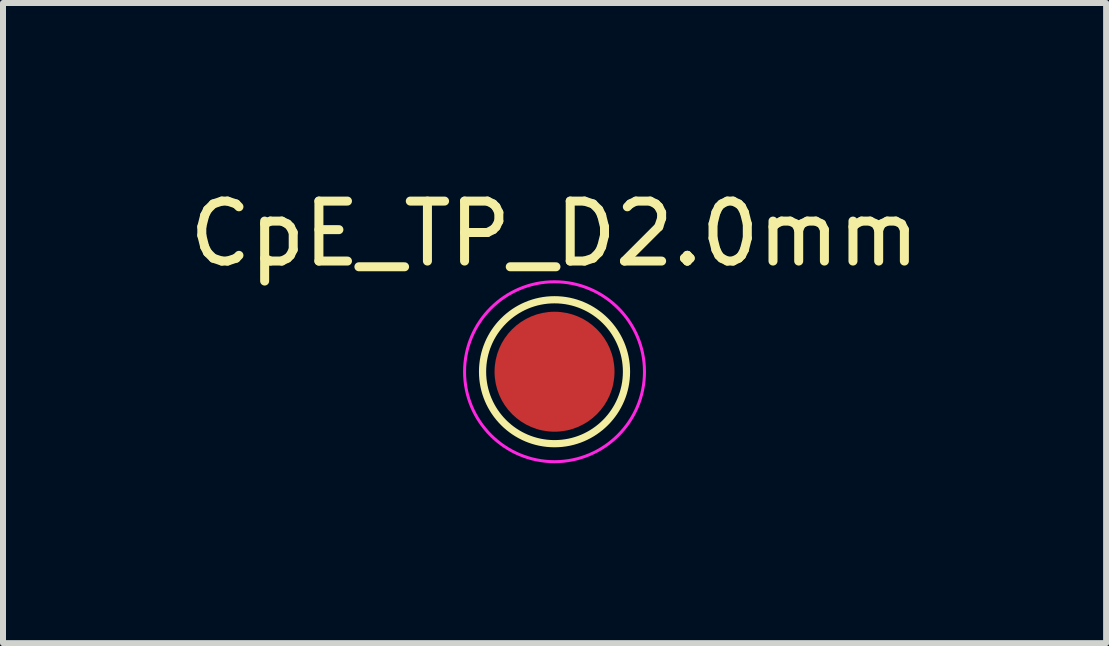
<source format=kicad_pcb>
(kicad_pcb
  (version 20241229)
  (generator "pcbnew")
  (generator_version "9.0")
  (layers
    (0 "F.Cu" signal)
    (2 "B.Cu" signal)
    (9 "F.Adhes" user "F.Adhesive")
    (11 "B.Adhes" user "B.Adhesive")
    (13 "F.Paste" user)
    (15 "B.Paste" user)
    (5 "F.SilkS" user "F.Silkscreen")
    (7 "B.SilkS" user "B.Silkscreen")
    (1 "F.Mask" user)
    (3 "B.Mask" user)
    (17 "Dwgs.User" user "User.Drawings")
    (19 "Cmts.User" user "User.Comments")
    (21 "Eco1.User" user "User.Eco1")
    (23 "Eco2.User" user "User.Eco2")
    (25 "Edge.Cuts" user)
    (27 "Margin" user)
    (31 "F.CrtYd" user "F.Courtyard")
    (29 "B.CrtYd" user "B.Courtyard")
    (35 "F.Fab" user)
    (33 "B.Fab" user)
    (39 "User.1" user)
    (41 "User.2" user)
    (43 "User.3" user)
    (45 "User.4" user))
  (footprint "CpE_TP_D2.0mm"
    (layer "F.Cu")
    (at 6.196 3.148)
    (property "Reference" "CpE_TP_D2.0mm" (at 0 -2.3 0) (layer "F.SilkS") (effects (font (size 1 1) (thickness 0.15))))
    (attr through_hole)
    (fp_circle (center 0 0) (end 0 1.2) (stroke (width 0.12) (type solid)) (fill no) (layer "F.SilkS"))
    (fp_circle (center 0 0) (end 1.5 0) (stroke (width 0.05) (type solid)) (fill no) (layer "F.CrtYd"))
    (pad "1" smd circle (at 0 0) (size 2 2) (layers "F.Cu" "F.Mask")))
  (gr_rect
    (start -3 -3)
    (end 15.393 7.673)
    (stroke (width 0.1) (type default))
    (fill no)
    (layer "Edge.Cuts")))
</source>
